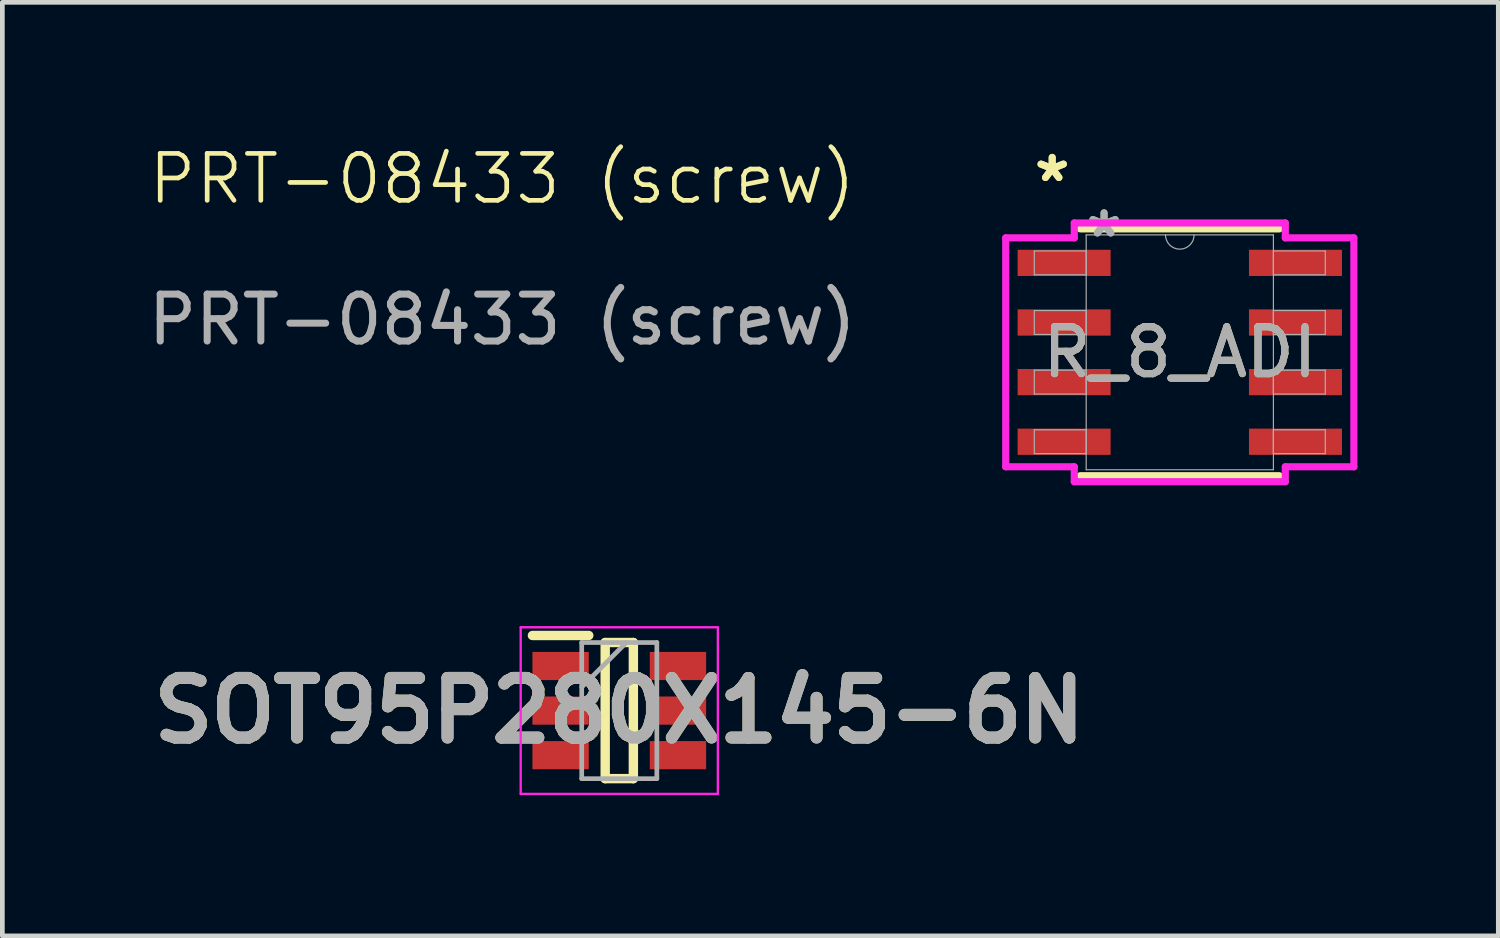
<source format=kicad_pcb>
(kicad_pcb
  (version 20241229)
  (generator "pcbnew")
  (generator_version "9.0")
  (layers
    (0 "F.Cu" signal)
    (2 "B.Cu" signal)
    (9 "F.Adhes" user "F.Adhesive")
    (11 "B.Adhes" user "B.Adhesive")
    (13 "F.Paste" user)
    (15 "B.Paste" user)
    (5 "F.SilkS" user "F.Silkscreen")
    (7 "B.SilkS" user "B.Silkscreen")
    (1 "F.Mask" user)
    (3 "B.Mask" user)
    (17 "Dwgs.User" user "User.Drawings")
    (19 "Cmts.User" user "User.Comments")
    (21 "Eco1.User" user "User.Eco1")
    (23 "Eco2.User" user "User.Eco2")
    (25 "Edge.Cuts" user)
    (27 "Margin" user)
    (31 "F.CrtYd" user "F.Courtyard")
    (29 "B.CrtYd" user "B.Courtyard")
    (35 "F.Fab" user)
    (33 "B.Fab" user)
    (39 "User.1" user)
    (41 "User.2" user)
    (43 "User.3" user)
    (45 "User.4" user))
  (footprint "SOT95P280X145-6N"
    (layer "F.Cu")
    (at 10.142 12.087)
    (property "Reference" "SOT95P280X145-6N" (at 0 0 0) (layer "F.SilkS") (effects (font (size 1.27 1.27) (thickness 0.254))))
    (attr smd)
    (fp_line (start -1.85 -1.6) (end -0.65 -1.6) (stroke (width 0.2) (type solid)) (layer "F.SilkS"))
    (fp_line (start -0.3 -1.45) (end 0.3 -1.45) (stroke (width 0.2) (type solid)) (layer "F.SilkS"))
    (fp_line (start -0.3 1.45) (end -0.3 -1.45) (stroke (width 0.2) (type solid)) (layer "F.SilkS"))
    (fp_line (start 0.3 -1.45) (end 0.3 1.45) (stroke (width 0.2) (type solid)) (layer "F.SilkS"))
    (fp_line (start 0.3 1.45) (end -0.3 1.45) (stroke (width 0.2) (type solid)) (layer "F.SilkS"))
    (fp_line (start -2.1 -1.775) (end 2.1 -1.775) (stroke (width 0.05) (type solid)) (layer "F.CrtYd"))
    (fp_line (start -2.1 1.775) (end -2.1 -1.775) (stroke (width 0.05) (type solid)) (layer "F.CrtYd"))
    (fp_line (start 2.1 -1.775) (end 2.1 1.775) (stroke (width 0.05) (type solid)) (layer "F.CrtYd"))
    (fp_line (start 2.1 1.775) (end -2.1 1.775) (stroke (width 0.05) (type solid)) (layer "F.CrtYd"))
    (fp_line (start -0.8 -1.45) (end 0.8 -1.45) (stroke (width 0.1) (type solid)) (layer "F.Fab"))
    (fp_line (start -0.8 -0.5) (end 0.15 -1.45) (stroke (width 0.1) (type solid)) (layer "F.Fab"))
    (fp_line (start -0.8 1.45) (end -0.8 -1.45) (stroke (width 0.1) (type solid)) (layer "F.Fab"))
    (fp_line (start 0.8 -1.45) (end 0.8 1.45) (stroke (width 0.1) (type solid)) (layer "F.Fab"))
    (fp_line (start 0.8 1.45) (end -0.8 1.45) (stroke (width 0.1) (type solid)) (layer "F.Fab"))
    (fp_text user "${REFERENCE}" (at 0 0 0) (layer "F.Fab") (effects (font (size 1.27 1.27) (thickness 0.254))))
    (pad "1" smd rect (at -1.25 -0.95 90) (size 0.6 1.2) (layers "F.Cu" "F.Mask" "F.Paste"))
    (pad "2" smd rect (at -1.25 0 90) (size 0.6 1.2) (layers "F.Cu" "F.Mask" "F.Paste"))
    (pad "3" smd rect (at -1.25 0.95 90) (size 0.6 1.2) (layers "F.Cu" "F.Mask" "F.Paste"))
    (pad "4" smd rect (at 1.25 0.95 90) (size 0.6 1.2) (layers "F.Cu" "F.Mask" "F.Paste"))
    (pad "5" smd rect (at 1.25 0 90) (size 0.6 1.2) (layers "F.Cu" "F.Mask" "F.Paste"))
    (pad "6" smd rect (at 1.25 -0.95 90) (size 0.6 1.2) (layers "F.Cu" "F.Mask" "F.Paste")))
  (footprint "PRT-08433 (screw)"
    (layer "F.Cu")
    (at 7.649 1.26)
    (property "Reference" "PRT-08433 (screw)" (at 0 -0.5 0) (unlocked yes) (layer "F.SilkS") (effects (font (size 1 1) (thickness 0.1))))
    (attr through_hole)
    (fp_text user "${REFERENCE}" (at 0 2.5 0) (unlocked yes) (layer "F.Fab") (effects (font (size 1 1) (thickness 0.15)))))
  (footprint "R_8_ADI"
    (layer "F.Cu")
    (at 22.082 4.455)
    (property "Reference" "R_8_ADI" (at 0 0 0) (unlocked yes) (layer "F.SilkS") (effects (font (size 1 1) (thickness 0.15))))
    (attr smd)
    (fp_line (start -2.121 2.629) (end 2.121 2.629) (stroke (width 0.152) (type solid)) (layer "F.SilkS"))
    (fp_line (start 2.121 -2.629) (end -2.121 -2.629) (stroke (width 0.152) (type solid)) (layer "F.SilkS"))
    (fp_line (start -3.708 -2.438) (end -2.248 -2.438) (stroke (width 0.152) (type solid)) (layer "F.CrtYd"))
    (fp_line (start -3.708 2.438) (end -3.708 -2.438) (stroke (width 0.152) (type solid)) (layer "F.CrtYd"))
    (fp_line (start -3.708 2.438) (end -2.248 2.438) (stroke (width 0.152) (type solid)) (layer "F.CrtYd"))
    (fp_line (start -2.248 -2.756) (end 2.248 -2.756) (stroke (width 0.152) (type solid)) (layer "F.CrtYd"))
    (fp_line (start -2.248 -2.438) (end -2.248 -2.756) (stroke (width 0.152) (type solid)) (layer "F.CrtYd"))
    (fp_line (start -2.248 2.756) (end -2.248 2.438) (stroke (width 0.152) (type solid)) (layer "F.CrtYd"))
    (fp_line (start 2.248 -2.756) (end 2.248 -2.438) (stroke (width 0.152) (type solid)) (layer "F.CrtYd"))
    (fp_line (start 2.248 2.438) (end 2.248 2.756) (stroke (width 0.152) (type solid)) (layer "F.CrtYd"))
    (fp_line (start 2.248 2.756) (end -2.248 2.756) (stroke (width 0.152) (type solid)) (layer "F.CrtYd"))
    (fp_line (start 3.708 -2.438) (end 2.248 -2.438) (stroke (width 0.152) (type solid)) (layer "F.CrtYd"))
    (fp_line (start 3.708 -2.438) (end 3.708 2.438) (stroke (width 0.152) (type solid)) (layer "F.CrtYd"))
    (fp_line (start 3.708 2.438) (end 2.248 2.438) (stroke (width 0.152) (type solid)) (layer "F.CrtYd"))
    (fp_line (start -3.099 -2.159) (end -3.099 -1.651) (stroke (width 0.025) (type solid)) (layer "F.Fab"))
    (fp_line (start -3.099 -1.651) (end -1.994 -1.651) (stroke (width 0.025) (type solid)) (layer "F.Fab"))
    (fp_line (start -3.099 -0.889) (end -3.099 -0.381) (stroke (width 0.025) (type solid)) (layer "F.Fab"))
    (fp_line (start -3.099 -0.381) (end -1.994 -0.381) (stroke (width 0.025) (type solid)) (layer "F.Fab"))
    (fp_line (start -3.099 0.381) (end -3.099 0.889) (stroke (width 0.025) (type solid)) (layer "F.Fab"))
    (fp_line (start -3.099 0.889) (end -1.994 0.889) (stroke (width 0.025) (type solid)) (layer "F.Fab"))
    (fp_line (start -3.099 1.651) (end -3.099 2.159) (stroke (width 0.025) (type solid)) (layer "F.Fab"))
    (fp_line (start -3.099 2.159) (end -1.994 2.159) (stroke (width 0.025) (type solid)) (layer "F.Fab"))
    (fp_line (start -1.994 -2.502) (end -1.994 2.502) (stroke (width 0.025) (type solid)) (layer "F.Fab"))
    (fp_line (start -1.994 -2.159) (end -3.099 -2.159) (stroke (width 0.025) (type solid)) (layer "F.Fab"))
    (fp_line (start -1.994 -1.651) (end -1.994 -2.159) (stroke (width 0.025) (type solid)) (layer "F.Fab"))
    (fp_line (start -1.994 -0.889) (end -3.099 -0.889) (stroke (width 0.025) (type solid)) (layer "F.Fab"))
    (fp_line (start -1.994 -0.381) (end -1.994 -0.889) (stroke (width 0.025) (type solid)) (layer "F.Fab"))
    (fp_line (start -1.994 0.381) (end -3.099 0.381) (stroke (width 0.025) (type solid)) (layer "F.Fab"))
    (fp_line (start -1.994 0.889) (end -1.994 0.381) (stroke (width 0.025) (type solid)) (layer "F.Fab"))
    (fp_line (start -1.994 1.651) (end -3.099 1.651) (stroke (width 0.025) (type solid)) (layer "F.Fab"))
    (fp_line (start -1.994 2.159) (end -1.994 1.651) (stroke (width 0.025) (type solid)) (layer "F.Fab"))
    (fp_line (start -1.994 2.502) (end 1.994 2.502) (stroke (width 0.025) (type solid)) (layer "F.Fab"))
    (fp_line (start 1.994 -2.502) (end -1.994 -2.502) (stroke (width 0.025) (type solid)) (layer "F.Fab"))
    (fp_line (start 1.994 -2.159) (end 1.994 -1.651) (stroke (width 0.025) (type solid)) (layer "F.Fab"))
    (fp_line (start 1.994 -1.651) (end 3.099 -1.651) (stroke (width 0.025) (type solid)) (layer "F.Fab"))
    (fp_line (start 1.994 -0.889) (end 1.994 -0.381) (stroke (width 0.025) (type solid)) (layer "F.Fab"))
    (fp_line (start 1.994 -0.381) (end 3.099 -0.381) (stroke (width 0.025) (type solid)) (layer "F.Fab"))
    (fp_line (start 1.994 0.381) (end 1.994 0.889) (stroke (width 0.025) (type solid)) (layer "F.Fab"))
    (fp_line (start 1.994 0.889) (end 3.099 0.889) (stroke (width 0.025) (type solid)) (layer "F.Fab"))
    (fp_line (start 1.994 1.651) (end 1.994 2.159) (stroke (width 0.025) (type solid)) (layer "F.Fab"))
    (fp_line (start 1.994 2.159) (end 3.099 2.159) (stroke (width 0.025) (type solid)) (layer "F.Fab"))
    (fp_line (start 1.994 2.502) (end 1.994 -2.502) (stroke (width 0.025) (type solid)) (layer "F.Fab"))
    (fp_line (start 3.099 -2.159) (end 1.994 -2.159) (stroke (width 0.025) (type solid)) (layer "F.Fab"))
    (fp_line (start 3.099 -1.651) (end 3.099 -2.159) (stroke (width 0.025) (type solid)) (layer "F.Fab"))
    (fp_line (start 3.099 -0.889) (end 1.994 -0.889) (stroke (width 0.025) (type solid)) (layer "F.Fab"))
    (fp_line (start 3.099 -0.381) (end 3.099 -0.889) (stroke (width 0.025) (type solid)) (layer "F.Fab"))
    (fp_line (start 3.099 0.381) (end 1.994 0.381) (stroke (width 0.025) (type solid)) (layer "F.Fab"))
    (fp_line (start 3.099 0.889) (end 3.099 0.381) (stroke (width 0.025) (type solid)) (layer "F.Fab"))
    (fp_line (start 3.099 1.651) (end 1.994 1.651) (stroke (width 0.025) (type solid)) (layer "F.Fab"))
    (fp_line (start 3.099 2.159) (end 3.099 1.651) (stroke (width 0.025) (type solid)) (layer "F.Fab"))
    (fp_arc (start 0.3048 -2.5019) (mid 0 -2.1971) (end -0.3048 -2.5019) (stroke (width 0.0254) (type solid)) (layer "F.Fab"))
    (fp_text user "*" (at -2.718 -3.607 0) (unlocked yes) (layer "F.SilkS") (effects (font (size 1 1) (thickness 0.15))))
    (fp_text user "*" (at -2.718 -3.607 0) (layer "F.SilkS") (effects (font (size 1 1) (thickness 0.15))))
    (fp_text user "${REFERENCE}" (at 0 0 0) (unlocked yes) (layer "F.Fab") (effects (font (size 1 1) (thickness 0.15))))
    (fp_text user "*" (at -1.613 -2.426 0) (layer "F.Fab") (effects (font (size 1 1) (thickness 0.15))))
    (fp_text user "*" (at -1.613 -2.426 0) (unlocked yes) (layer "F.Fab") (effects (font (size 1 1) (thickness 0.15))))
    (pad "1" smd rect (at -2.464 -1.905) (size 1.981 0.559) (layers "F.Cu" "F.Mask" "F.Paste"))
    (pad "2" smd rect (at -2.464 -0.635) (size 1.981 0.559) (layers "F.Cu" "F.Mask" "F.Paste"))
    (pad "3" smd rect (at -2.464 0.635) (size 1.981 0.559) (layers "F.Cu" "F.Mask" "F.Paste"))
    (pad "4" smd rect (at -2.464 1.905) (size 1.981 0.559) (layers "F.Cu" "F.Mask" "F.Paste"))
    (pad "5" smd rect (at 2.464 1.905) (size 1.981 0.559) (layers "F.Cu" "F.Mask" "F.Paste"))
    (pad "6" smd rect (at 2.464 0.635) (size 1.981 0.559) (layers "F.Cu" "F.Mask" "F.Paste"))
    (pad "7" smd rect (at 2.464 -0.635) (size 1.981 0.559) (layers "F.Cu" "F.Mask" "F.Paste"))
    (pad "8" smd rect (at 2.464 -1.905) (size 1.981 0.559) (layers "F.Cu" "F.Mask" "F.Paste")))
  (gr_rect
    (start -3 -3)
    (end 28.867 16.887)
    (stroke (width 0.1) (type default))
    (fill no)
    (layer "Edge.Cuts")))
</source>
